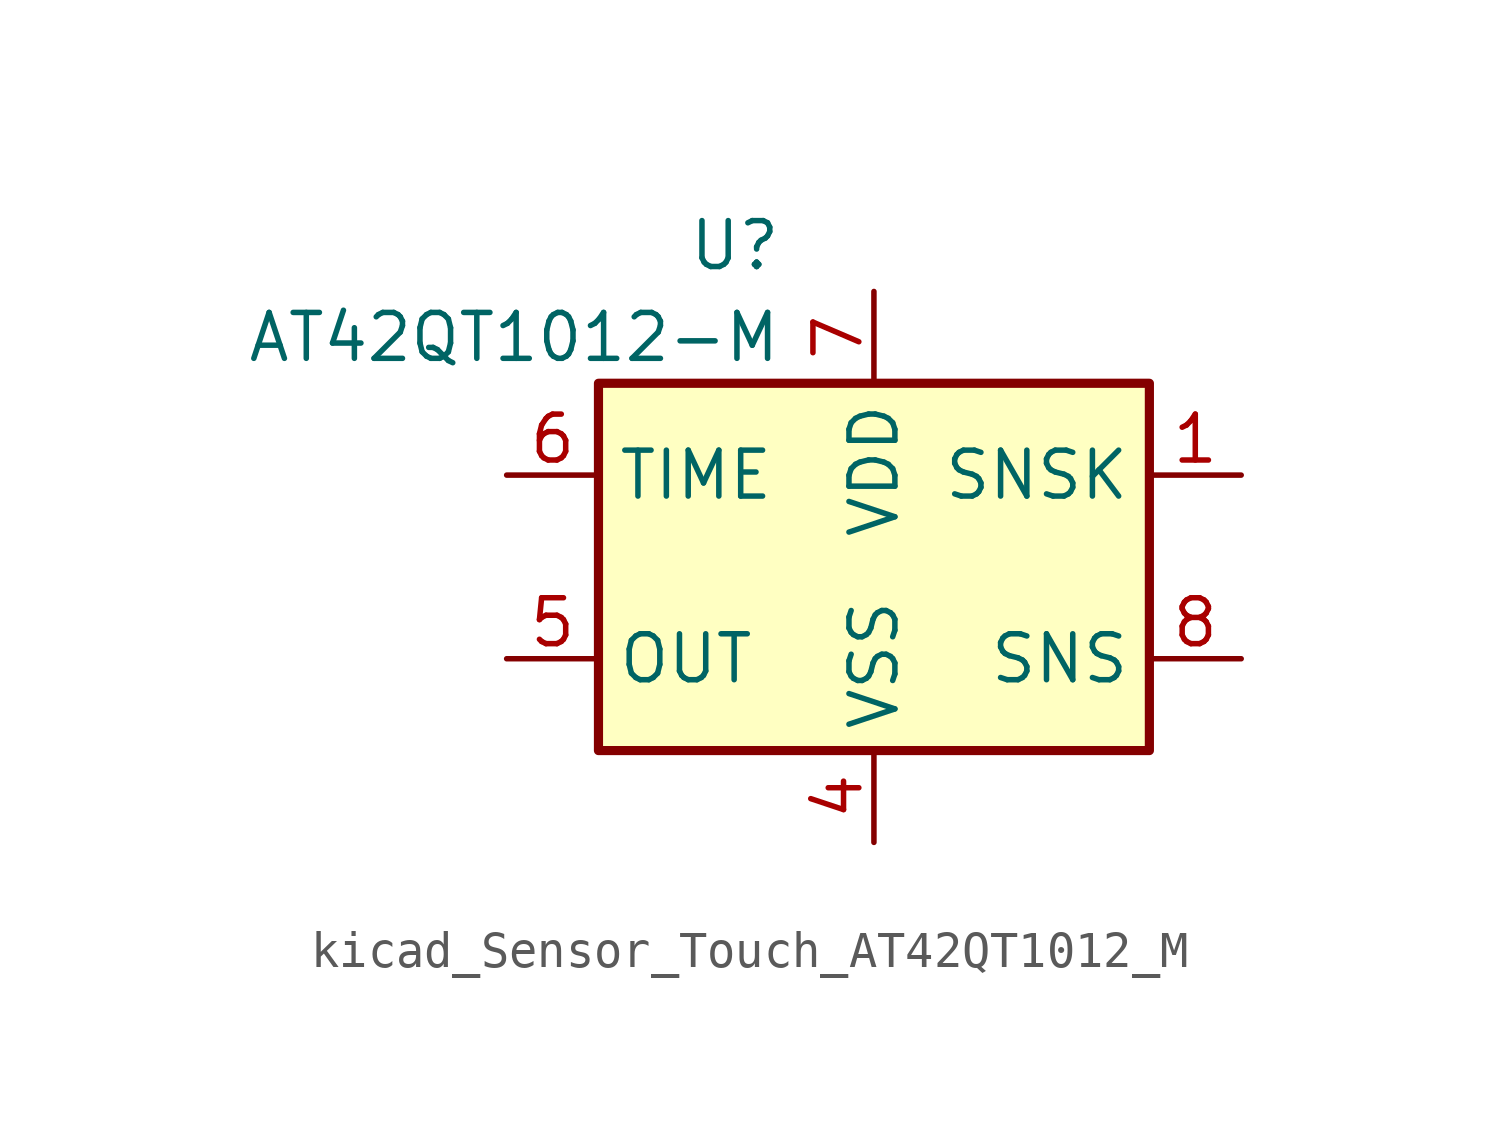
<source format=kicad_sym>
(kicad_symbol_lib
  (version 20220914)
  (generator kicad_symbol_editor)
  (symbol "kicad_Sensor_Touch_AT42QT1012_M"
    (property "Reference" "U"
      (at -2.54 8.89 0)
      (effects (font (size 1.27 1.27)) (justify right)))
    (property "Value" "AT42QT1012-M"
      (at -2.54 6.35 0)
      (effects (font (size 1.27 1.27)) (justify right)))
    (symbol "kicad_Sensor_Touch_AT42QT1012_M_0_1"
      (rectangle (start -7.62 5.08) (end 7.62 -5.08) (stroke (width 0.254) (type default)) (fill (type background))))
    (symbol "kicad_Sensor_Touch_AT42QT1012_M_1_1"
      (pin passive line (at 10.16 2.54 180) (length 2.54) (name "SNSK" (effects (font (size 1.27 1.27)))) (number "1" (effects (font (size 1.27 1.27)))))
      (pin no_connect line (at -7.62 0 0) (length 2.54) hide (name "NC" (effects (font (size 1.27 1.27)))) (number "2" (effects (font (size 1.27 1.27)))))
      (pin no_connect line (at 7.62 0 180) (length 2.54) hide (name "NC" (effects (font (size 1.27 1.27)))) (number "3" (effects (font (size 1.27 1.27)))))
      (pin power_in line (at 0 -7.62 90) (length 2.54) (name "VSS" (effects (font (size 1.27 1.27)))) (number "4" (effects (font (size 1.27 1.27)))))
      (pin output line (at -10.16 -2.54 0) (length 2.54) (name "OUT" (effects (font (size 1.27 1.27)))) (number "5" (effects (font (size 1.27 1.27)))))
      (pin input line (at -10.16 2.54 0) (length 2.54) (name "TIME" (effects (font (size 1.27 1.27)))) (number "6" (effects (font (size 1.27 1.27)))))
      (pin power_in line (at 0 7.62 270) (length 2.54) (name "VDD" (effects (font (size 1.27 1.27)))) (number "7" (effects (font (size 1.27 1.27)))))
      (pin passive line (at 10.16 -2.54 180) (length 2.54) (name "SNS" (effects (font (size 1.27 1.27)))) (number "8" (effects (font (size 1.27 1.27)))))
      (pin passive line (at 0 -7.62 90) (length 2.54) hide (name "VSS" (effects (font (size 1.27 1.27)))) (number "9" (effects (font (size 1.27 1.27))))))))
</source>
